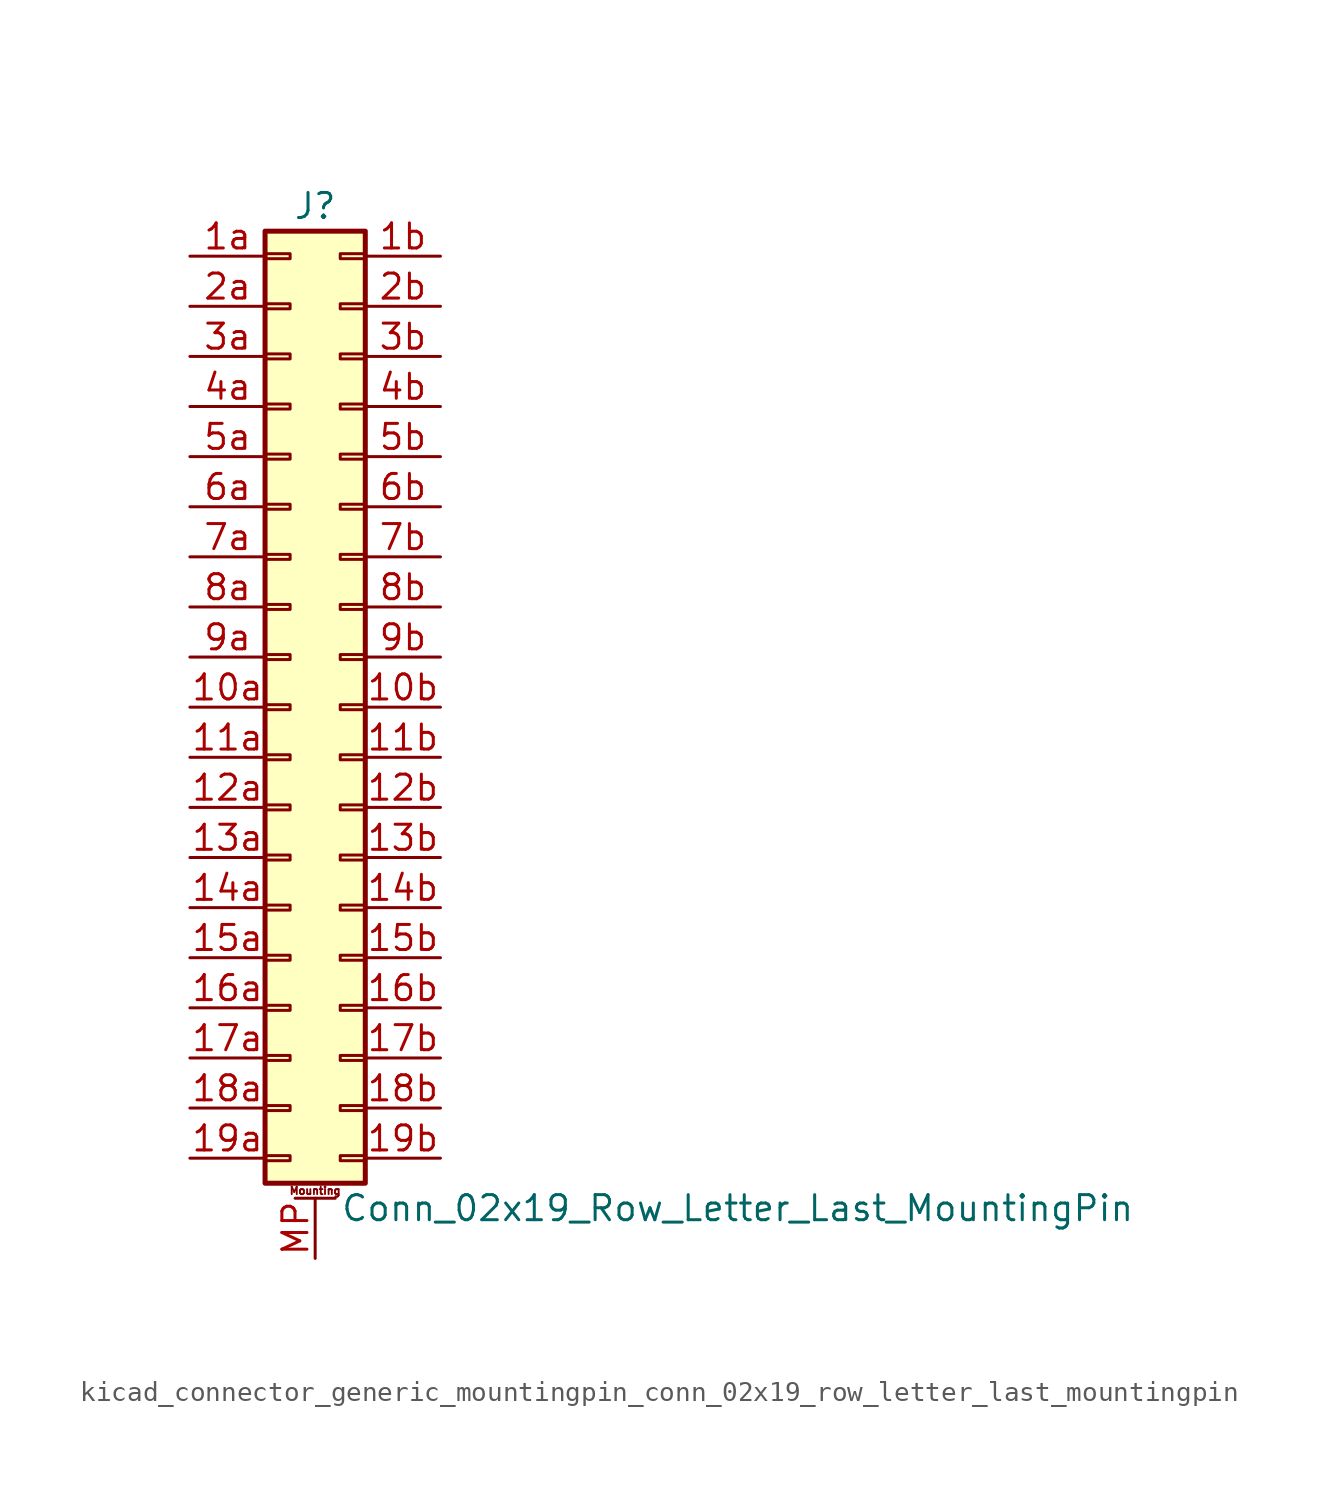
<source format=kicad_sym>
(kicad_symbol_lib
  (version 20220914)
  (generator kicad_symbol_editor)
  (symbol "kicad_connector_generic_mountingpin_conn_02x19_row_letter_last_mountingpin"
    (pin_names
      (offset 1.016) hide)
    (property "Reference" "J"
      (at 1.27 25.4 0)
      (effects (font (size 1.27 1.27))))
    (property "Value" "Conn_02x19_Row_Letter_Last_MountingPin"
      (at 2.54 -25.4 0)
      (effects (font (size 1.27 1.27)) (justify left)))
    (symbol "kicad_connector_generic_mountingpin_conn_02x19_row_letter_last_mountingpin_1_1"
      (rectangle (start -1.27 -22.733) (end 0 -22.987) (stroke (width 0.152) (type default)) (fill (type none)))
      (rectangle (start -1.27 -20.193) (end 0 -20.447) (stroke (width 0.152) (type default)) (fill (type none)))
      (rectangle (start -1.27 -17.653) (end 0 -17.907) (stroke (width 0.152) (type default)) (fill (type none)))
      (rectangle (start -1.27 -15.113) (end 0 -15.367) (stroke (width 0.152) (type default)) (fill (type none)))
      (rectangle (start -1.27 -12.573) (end 0 -12.827) (stroke (width 0.152) (type default)) (fill (type none)))
      (rectangle (start -1.27 -10.033) (end 0 -10.287) (stroke (width 0.152) (type default)) (fill (type none)))
      (rectangle (start -1.27 -7.493) (end 0 -7.747) (stroke (width 0.152) (type default)) (fill (type none)))
      (rectangle (start -1.27 -4.953) (end 0 -5.207) (stroke (width 0.152) (type default)) (fill (type none)))
      (rectangle (start -1.27 -2.413) (end 0 -2.667) (stroke (width 0.152) (type default)) (fill (type none)))
      (rectangle (start -1.27 0.127) (end 0 -0.127) (stroke (width 0.152) (type default)) (fill (type none)))
      (rectangle (start -1.27 2.667) (end 0 2.413) (stroke (width 0.152) (type default)) (fill (type none)))
      (rectangle (start -1.27 5.207) (end 0 4.953) (stroke (width 0.152) (type default)) (fill (type none)))
      (rectangle (start -1.27 7.747) (end 0 7.493) (stroke (width 0.152) (type default)) (fill (type none)))
      (rectangle (start -1.27 10.287) (end 0 10.033) (stroke (width 0.152) (type default)) (fill (type none)))
      (rectangle (start -1.27 12.827) (end 0 12.573) (stroke (width 0.152) (type default)) (fill (type none)))
      (rectangle (start -1.27 15.367) (end 0 15.113) (stroke (width 0.152) (type default)) (fill (type none)))
      (rectangle (start -1.27 17.907) (end 0 17.653) (stroke (width 0.152) (type default)) (fill (type none)))
      (rectangle (start -1.27 20.447) (end 0 20.193) (stroke (width 0.152) (type default)) (fill (type none)))
      (rectangle (start -1.27 22.987) (end 0 22.733) (stroke (width 0.152) (type default)) (fill (type none)))
      (rectangle (start -1.27 24.13) (end 3.81 -24.13) (stroke (width 0.254) (type default)) (fill (type background)))
      (polyline (pts (xy 0.254 -24.892) (xy 2.286 -24.892)) (stroke (width 0.152) (type default)) (fill (type none)))
      (rectangle (start 3.81 -22.733) (end 2.54 -22.987) (stroke (width 0.152) (type default)) (fill (type none)))
      (rectangle (start 3.81 -20.193) (end 2.54 -20.447) (stroke (width 0.152) (type default)) (fill (type none)))
      (rectangle (start 3.81 -17.653) (end 2.54 -17.907) (stroke (width 0.152) (type default)) (fill (type none)))
      (rectangle (start 3.81 -15.113) (end 2.54 -15.367) (stroke (width 0.152) (type default)) (fill (type none)))
      (rectangle (start 3.81 -12.573) (end 2.54 -12.827) (stroke (width 0.152) (type default)) (fill (type none)))
      (rectangle (start 3.81 -10.033) (end 2.54 -10.287) (stroke (width 0.152) (type default)) (fill (type none)))
      (rectangle (start 3.81 -7.493) (end 2.54 -7.747) (stroke (width 0.152) (type default)) (fill (type none)))
      (rectangle (start 3.81 -4.953) (end 2.54 -5.207) (stroke (width 0.152) (type default)) (fill (type none)))
      (rectangle (start 3.81 -2.413) (end 2.54 -2.667) (stroke (width 0.152) (type default)) (fill (type none)))
      (rectangle (start 3.81 0.127) (end 2.54 -0.127) (stroke (width 0.152) (type default)) (fill (type none)))
      (rectangle (start 3.81 2.667) (end 2.54 2.413) (stroke (width 0.152) (type default)) (fill (type none)))
      (rectangle (start 3.81 5.207) (end 2.54 4.953) (stroke (width 0.152) (type default)) (fill (type none)))
      (rectangle (start 3.81 7.747) (end 2.54 7.493) (stroke (width 0.152) (type default)) (fill (type none)))
      (rectangle (start 3.81 10.287) (end 2.54 10.033) (stroke (width 0.152) (type default)) (fill (type none)))
      (rectangle (start 3.81 12.827) (end 2.54 12.573) (stroke (width 0.152) (type default)) (fill (type none)))
      (rectangle (start 3.81 15.367) (end 2.54 15.113) (stroke (width 0.152) (type default)) (fill (type none)))
      (rectangle (start 3.81 17.907) (end 2.54 17.653) (stroke (width 0.152) (type default)) (fill (type none)))
      (rectangle (start 3.81 20.447) (end 2.54 20.193) (stroke (width 0.152) (type default)) (fill (type none)))
      (rectangle (start 3.81 22.987) (end 2.54 22.733) (stroke (width 0.152) (type default)) (fill (type none)))
      (text "Mounting" (at 1.27 -24.511 0) (effects (font (size 0.381 0.381))))
      (pin passive line (at -5.08 0 0) (length 3.81) (name "Pin_10a" (effects (font (size 1.27 1.27)))) (number "10a" (effects (font (size 1.27 1.27)))))
      (pin passive line (at 7.62 0 180) (length 3.81) (name "Pin_10b" (effects (font (size 1.27 1.27)))) (number "10b" (effects (font (size 1.27 1.27)))))
      (pin passive line (at -5.08 -2.54 0) (length 3.81) (name "Pin_11a" (effects (font (size 1.27 1.27)))) (number "11a" (effects (font (size 1.27 1.27)))))
      (pin passive line (at 7.62 -2.54 180) (length 3.81) (name "Pin_11b" (effects (font (size 1.27 1.27)))) (number "11b" (effects (font (size 1.27 1.27)))))
      (pin passive line (at -5.08 -5.08 0) (length 3.81) (name "Pin_12a" (effects (font (size 1.27 1.27)))) (number "12a" (effects (font (size 1.27 1.27)))))
      (pin passive line (at 7.62 -5.08 180) (length 3.81) (name "Pin_12b" (effects (font (size 1.27 1.27)))) (number "12b" (effects (font (size 1.27 1.27)))))
      (pin passive line (at -5.08 -7.62 0) (length 3.81) (name "Pin_13a" (effects (font (size 1.27 1.27)))) (number "13a" (effects (font (size 1.27 1.27)))))
      (pin passive line (at 7.62 -7.62 180) (length 3.81) (name "Pin_13b" (effects (font (size 1.27 1.27)))) (number "13b" (effects (font (size 1.27 1.27)))))
      (pin passive line (at -5.08 -10.16 0) (length 3.81) (name "Pin_14a" (effects (font (size 1.27 1.27)))) (number "14a" (effects (font (size 1.27 1.27)))))
      (pin passive line (at 7.62 -10.16 180) (length 3.81) (name "Pin_14b" (effects (font (size 1.27 1.27)))) (number "14b" (effects (font (size 1.27 1.27)))))
      (pin passive line (at -5.08 -12.7 0) (length 3.81) (name "Pin_15a" (effects (font (size 1.27 1.27)))) (number "15a" (effects (font (size 1.27 1.27)))))
      (pin passive line (at 7.62 -12.7 180) (length 3.81) (name "Pin_15b" (effects (font (size 1.27 1.27)))) (number "15b" (effects (font (size 1.27 1.27)))))
      (pin passive line (at -5.08 -15.24 0) (length 3.81) (name "Pin_16a" (effects (font (size 1.27 1.27)))) (number "16a" (effects (font (size 1.27 1.27)))))
      (pin passive line (at 7.62 -15.24 180) (length 3.81) (name "Pin_16b" (effects (font (size 1.27 1.27)))) (number "16b" (effects (font (size 1.27 1.27)))))
      (pin passive line (at -5.08 -17.78 0) (length 3.81) (name "Pin_17a" (effects (font (size 1.27 1.27)))) (number "17a" (effects (font (size 1.27 1.27)))))
      (pin passive line (at 7.62 -17.78 180) (length 3.81) (name "Pin_17b" (effects (font (size 1.27 1.27)))) (number "17b" (effects (font (size 1.27 1.27)))))
      (pin passive line (at -5.08 -20.32 0) (length 3.81) (name "Pin_18a" (effects (font (size 1.27 1.27)))) (number "18a" (effects (font (size 1.27 1.27)))))
      (pin passive line (at 7.62 -20.32 180) (length 3.81) (name "Pin_18b" (effects (font (size 1.27 1.27)))) (number "18b" (effects (font (size 1.27 1.27)))))
      (pin passive line (at -5.08 -22.86 0) (length 3.81) (name "Pin_19a" (effects (font (size 1.27 1.27)))) (number "19a" (effects (font (size 1.27 1.27)))))
      (pin passive line (at 7.62 -22.86 180) (length 3.81) (name "Pin_19b" (effects (font (size 1.27 1.27)))) (number "19b" (effects (font (size 1.27 1.27)))))
      (pin passive line (at -5.08 22.86 0) (length 3.81) (name "Pin_1a" (effects (font (size 1.27 1.27)))) (number "1a" (effects (font (size 1.27 1.27)))))
      (pin passive line (at 7.62 22.86 180) (length 3.81) (name "Pin_1b" (effects (font (size 1.27 1.27)))) (number "1b" (effects (font (size 1.27 1.27)))))
      (pin passive line (at -5.08 20.32 0) (length 3.81) (name "Pin_2a" (effects (font (size 1.27 1.27)))) (number "2a" (effects (font (size 1.27 1.27)))))
      (pin passive line (at 7.62 20.32 180) (length 3.81) (name "Pin_2b" (effects (font (size 1.27 1.27)))) (number "2b" (effects (font (size 1.27 1.27)))))
      (pin passive line (at -5.08 17.78 0) (length 3.81) (name "Pin_3a" (effects (font (size 1.27 1.27)))) (number "3a" (effects (font (size 1.27 1.27)))))
      (pin passive line (at 7.62 17.78 180) (length 3.81) (name "Pin_3b" (effects (font (size 1.27 1.27)))) (number "3b" (effects (font (size 1.27 1.27)))))
      (pin passive line (at -5.08 15.24 0) (length 3.81) (name "Pin_4a" (effects (font (size 1.27 1.27)))) (number "4a" (effects (font (size 1.27 1.27)))))
      (pin passive line (at 7.62 15.24 180) (length 3.81) (name "Pin_4b" (effects (font (size 1.27 1.27)))) (number "4b" (effects (font (size 1.27 1.27)))))
      (pin passive line (at -5.08 12.7 0) (length 3.81) (name "Pin_5a" (effects (font (size 1.27 1.27)))) (number "5a" (effects (font (size 1.27 1.27)))))
      (pin passive line (at 7.62 12.7 180) (length 3.81) (name "Pin_5b" (effects (font (size 1.27 1.27)))) (number "5b" (effects (font (size 1.27 1.27)))))
      (pin passive line (at -5.08 10.16 0) (length 3.81) (name "Pin_6a" (effects (font (size 1.27 1.27)))) (number "6a" (effects (font (size 1.27 1.27)))))
      (pin passive line (at 7.62 10.16 180) (length 3.81) (name "Pin_6b" (effects (font (size 1.27 1.27)))) (number "6b" (effects (font (size 1.27 1.27)))))
      (pin passive line (at -5.08 7.62 0) (length 3.81) (name "Pin_7a" (effects (font (size 1.27 1.27)))) (number "7a" (effects (font (size 1.27 1.27)))))
      (pin passive line (at 7.62 7.62 180) (length 3.81) (name "Pin_7b" (effects (font (size 1.27 1.27)))) (number "7b" (effects (font (size 1.27 1.27)))))
      (pin passive line (at -5.08 5.08 0) (length 3.81) (name "Pin_8a" (effects (font (size 1.27 1.27)))) (number "8a" (effects (font (size 1.27 1.27)))))
      (pin passive line (at 7.62 5.08 180) (length 3.81) (name "Pin_8b" (effects (font (size 1.27 1.27)))) (number "8b" (effects (font (size 1.27 1.27)))))
      (pin passive line (at -5.08 2.54 0) (length 3.81) (name "Pin_9a" (effects (font (size 1.27 1.27)))) (number "9a" (effects (font (size 1.27 1.27)))))
      (pin passive line (at 7.62 2.54 180) (length 3.81) (name "Pin_9b" (effects (font (size 1.27 1.27)))) (number "9b" (effects (font (size 1.27 1.27)))))
      (pin passive line (at 1.27 -27.94 90) (length 3.048) (name "MountPin" (effects (font (size 1.27 1.27)))) (number "MP" (effects (font (size 1.27 1.27))))))))
</source>
